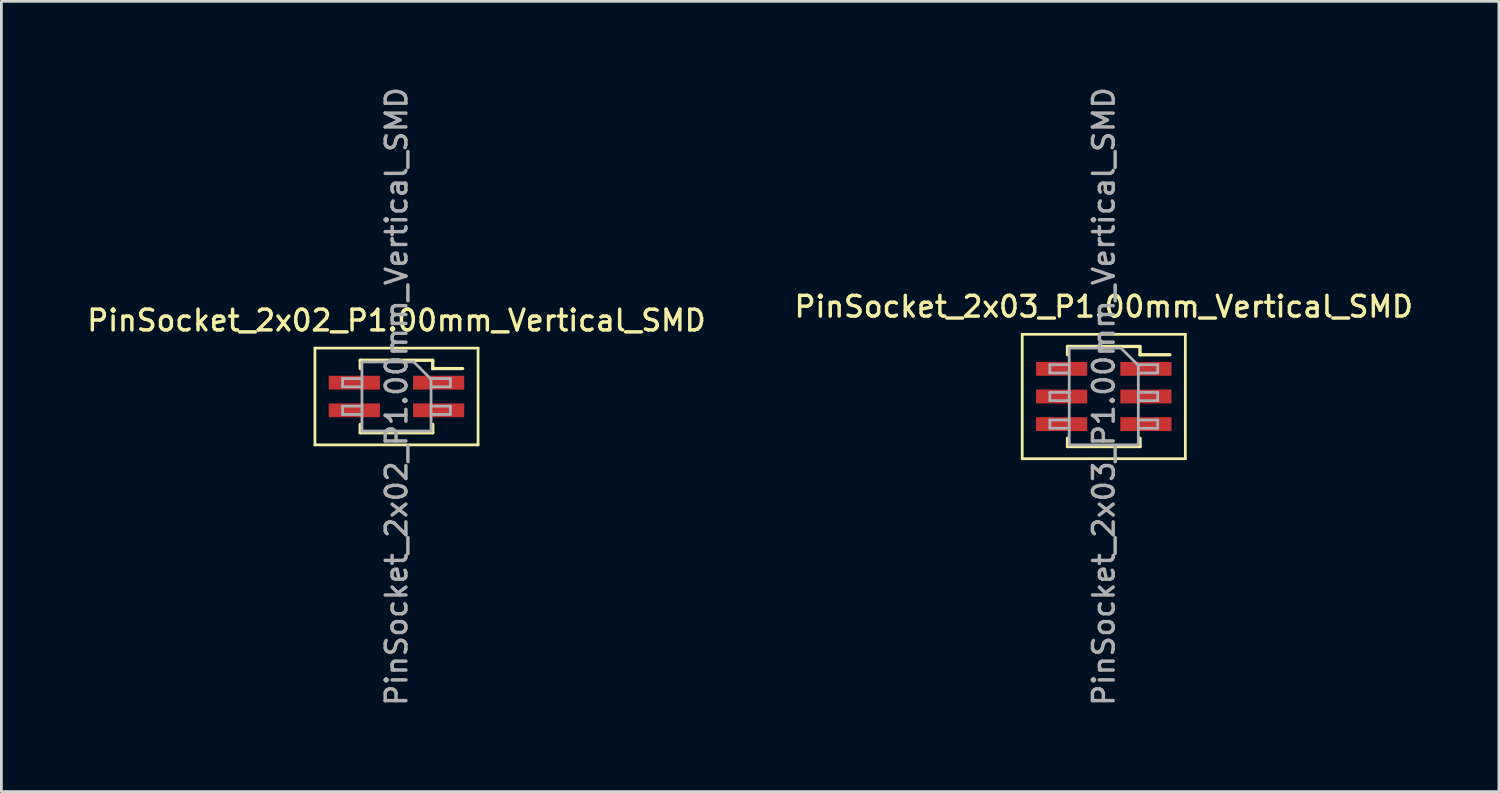
<source format=kicad_pcb>
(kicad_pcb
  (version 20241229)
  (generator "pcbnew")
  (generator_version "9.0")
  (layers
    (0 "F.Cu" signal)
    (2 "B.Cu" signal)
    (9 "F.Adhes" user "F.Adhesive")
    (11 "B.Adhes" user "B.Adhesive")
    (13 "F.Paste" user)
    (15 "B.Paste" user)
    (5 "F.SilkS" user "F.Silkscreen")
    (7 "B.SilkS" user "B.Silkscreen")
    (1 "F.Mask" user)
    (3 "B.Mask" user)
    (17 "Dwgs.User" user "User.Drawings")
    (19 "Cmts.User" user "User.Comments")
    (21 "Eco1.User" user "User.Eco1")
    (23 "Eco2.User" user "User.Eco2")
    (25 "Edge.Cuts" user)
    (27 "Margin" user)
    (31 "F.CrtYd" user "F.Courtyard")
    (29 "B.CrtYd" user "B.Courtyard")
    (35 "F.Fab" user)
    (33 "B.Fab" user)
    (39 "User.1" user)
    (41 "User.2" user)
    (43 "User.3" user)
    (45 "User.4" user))
  (footprint "PinSocket_2x03_P1.00mm_Vertical_SMD"
    (layer "F.Cu")
    (at 36.873 11.291)
    (property "Reference" "PinSocket_2x03_P1.00mm_Vertical_SMD" (at 0 -3.25 0) (layer "F.SilkS") (effects (font (size 0.75 0.75) (thickness 0.125))))
    (attr smd)
    (fp_line (start -2.95 -2.25) (end 2.95 -2.25) (stroke (width 0.1) (type solid)) (layer "F.SilkS"))
    (fp_line (start -2.95 2.25) (end -2.95 -2.25) (stroke (width 0.1) (type solid)) (layer "F.SilkS"))
    (fp_line (start -1.31 -1.81) (end -1.31 -1.51) (stroke (width 0.12) (type solid)) (layer "F.SilkS"))
    (fp_line (start -1.31 -1.81) (end 1.31 -1.81) (stroke (width 0.12) (type solid)) (layer "F.SilkS"))
    (fp_line (start -1.31 1.51) (end -1.31 1.81) (stroke (width 0.12) (type solid)) (layer "F.SilkS"))
    (fp_line (start -1.31 1.81) (end 1.31 1.81) (stroke (width 0.12) (type solid)) (layer "F.SilkS"))
    (fp_line (start 1.31 -1.81) (end 1.31 -1.51) (stroke (width 0.12) (type solid)) (layer "F.SilkS"))
    (fp_line (start 1.31 -1.51) (end 2.39 -1.51) (stroke (width 0.12) (type solid)) (layer "F.SilkS"))
    (fp_line (start 1.31 1.51) (end 1.31 1.81) (stroke (width 0.12) (type solid)) (layer "F.SilkS"))
    (fp_line (start 2.95 -2.25) (end 2.95 2.25) (stroke (width 0.1) (type solid)) (layer "F.SilkS"))
    (fp_line (start 2.95 2.25) (end -2.95 2.25) (stroke (width 0.1) (type solid)) (layer "F.SilkS"))
    (fp_line (start -1.95 -1.15) (end -1.25 -1.15) (stroke (width 0.1) (type solid)) (layer "F.Fab"))
    (fp_line (start -1.95 -0.85) (end -1.95 -1.15) (stroke (width 0.1) (type solid)) (layer "F.Fab"))
    (fp_line (start -1.95 -0.15) (end -1.25 -0.15) (stroke (width 0.1) (type solid)) (layer "F.Fab"))
    (fp_line (start -1.95 0.15) (end -1.95 -0.15) (stroke (width 0.1) (type solid)) (layer "F.Fab"))
    (fp_line (start -1.95 0.85) (end -1.25 0.85) (stroke (width 0.1) (type solid)) (layer "F.Fab"))
    (fp_line (start -1.95 1.15) (end -1.95 0.85) (stroke (width 0.1) (type solid)) (layer "F.Fab"))
    (fp_line (start -1.25 -1.75) (end 0.625 -1.75) (stroke (width 0.1) (type solid)) (layer "F.Fab"))
    (fp_line (start -1.25 -0.85) (end -1.95 -0.85) (stroke (width 0.1) (type solid)) (layer "F.Fab"))
    (fp_line (start -1.25 0.15) (end -1.95 0.15) (stroke (width 0.1) (type solid)) (layer "F.Fab"))
    (fp_line (start -1.25 1.15) (end -1.95 1.15) (stroke (width 0.1) (type solid)) (layer "F.Fab"))
    (fp_line (start -1.25 1.75) (end -1.25 -1.75) (stroke (width 0.1) (type solid)) (layer "F.Fab"))
    (fp_line (start 0.625 -1.75) (end 1.25 -1.125) (stroke (width 0.1) (type solid)) (layer "F.Fab"))
    (fp_line (start 1.25 -1.15) (end 1.95 -1.15) (stroke (width 0.1) (type solid)) (layer "F.Fab"))
    (fp_line (start 1.25 -1.125) (end 1.25 1.75) (stroke (width 0.1) (type solid)) (layer "F.Fab"))
    (fp_line (start 1.25 -0.15) (end 1.95 -0.15) (stroke (width 0.1) (type solid)) (layer "F.Fab"))
    (fp_line (start 1.25 0.85) (end 1.95 0.85) (stroke (width 0.1) (type solid)) (layer "F.Fab"))
    (fp_line (start 1.25 1.75) (end -1.25 1.75) (stroke (width 0.1) (type solid)) (layer "F.Fab"))
    (fp_line (start 1.95 -1.15) (end 1.95 -0.85) (stroke (width 0.1) (type solid)) (layer "F.Fab"))
    (fp_line (start 1.95 -0.85) (end 1.25 -0.85) (stroke (width 0.1) (type solid)) (layer "F.Fab"))
    (fp_line (start 1.95 -0.15) (end 1.95 0.15) (stroke (width 0.1) (type solid)) (layer "F.Fab"))
    (fp_line (start 1.95 0.15) (end 1.25 0.15) (stroke (width 0.1) (type solid)) (layer "F.Fab"))
    (fp_line (start 1.95 0.85) (end 1.95 1.15) (stroke (width 0.1) (type solid)) (layer "F.Fab"))
    (fp_line (start 1.95 1.15) (end 1.25 1.15) (stroke (width 0.1) (type solid)) (layer "F.Fab"))
    (fp_text user "${REFERENCE}" (at 0 0 90) (layer "F.Fab") (effects (font (size 0.75 0.75) (thickness 0.125))))
    (pad "1" smd rect (at 1.525 -1) (size 1.85 0.5) (layers "F.Cu" "F.Mask" "F.Paste"))
    (pad "2" smd rect (at -1.525 -1) (size 1.85 0.5) (layers "F.Cu" "F.Mask" "F.Paste"))
    (pad "3" smd rect (at 1.525 0) (size 1.85 0.5) (layers "F.Cu" "F.Mask" "F.Paste"))
    (pad "4" smd rect (at -1.525 0) (size 1.85 0.5) (layers "F.Cu" "F.Mask" "F.Paste"))
    (pad "5" smd rect (at 1.525 1) (size 1.85 0.5) (layers "F.Cu" "F.Mask" "F.Paste"))
    (pad "6" smd rect (at -1.525 1) (size 1.85 0.5) (layers "F.Cu" "F.Mask" "F.Paste")))
  (footprint "PinSocket_2x02_P1.00mm_Vertical_SMD"
    (layer "F.Cu")
    (at 11.291 11.291)
    (property "Reference" "PinSocket_2x02_P1.00mm_Vertical_SMD" (at 0 -2.75 0) (layer "F.SilkS") (effects (font (size 0.75 0.75) (thickness 0.125))))
    (attr smd)
    (fp_line (start -2.95 -1.75) (end 2.95 -1.75) (stroke (width 0.1) (type solid)) (layer "F.SilkS"))
    (fp_line (start -2.95 1.75) (end -2.95 -1.75) (stroke (width 0.1) (type solid)) (layer "F.SilkS"))
    (fp_line (start -1.31 -1.31) (end -1.31 -1.01) (stroke (width 0.12) (type solid)) (layer "F.SilkS"))
    (fp_line (start -1.31 -1.31) (end 1.31 -1.31) (stroke (width 0.12) (type solid)) (layer "F.SilkS"))
    (fp_line (start -1.31 1.01) (end -1.31 1.31) (stroke (width 0.12) (type solid)) (layer "F.SilkS"))
    (fp_line (start -1.31 1.31) (end 1.31 1.31) (stroke (width 0.12) (type solid)) (layer "F.SilkS"))
    (fp_line (start 1.31 -1.31) (end 1.31 -1.01) (stroke (width 0.12) (type solid)) (layer "F.SilkS"))
    (fp_line (start 1.31 -1.01) (end 2.39 -1.01) (stroke (width 0.12) (type solid)) (layer "F.SilkS"))
    (fp_line (start 1.31 1.01) (end 1.31 1.31) (stroke (width 0.12) (type solid)) (layer "F.SilkS"))
    (fp_line (start 2.95 -1.75) (end 2.95 1.75) (stroke (width 0.1) (type solid)) (layer "F.SilkS"))
    (fp_line (start 2.95 1.75) (end -2.95 1.75) (stroke (width 0.1) (type solid)) (layer "F.SilkS"))
    (fp_line (start -1.95 -0.65) (end -1.25 -0.65) (stroke (width 0.1) (type solid)) (layer "F.Fab"))
    (fp_line (start -1.95 -0.35) (end -1.95 -0.65) (stroke (width 0.1) (type solid)) (layer "F.Fab"))
    (fp_line (start -1.95 0.35) (end -1.25 0.35) (stroke (width 0.1) (type solid)) (layer "F.Fab"))
    (fp_line (start -1.95 0.65) (end -1.95 0.35) (stroke (width 0.1) (type solid)) (layer "F.Fab"))
    (fp_line (start -1.25 -1.25) (end 0.625 -1.25) (stroke (width 0.1) (type solid)) (layer "F.Fab"))
    (fp_line (start -1.25 -0.35) (end -1.95 -0.35) (stroke (width 0.1) (type solid)) (layer "F.Fab"))
    (fp_line (start -1.25 0.65) (end -1.95 0.65) (stroke (width 0.1) (type solid)) (layer "F.Fab"))
    (fp_line (start -1.25 1.25) (end -1.25 -1.25) (stroke (width 0.1) (type solid)) (layer "F.Fab"))
    (fp_line (start 0.625 -1.25) (end 1.25 -0.625) (stroke (width 0.1) (type solid)) (layer "F.Fab"))
    (fp_line (start 1.25 -0.65) (end 1.95 -0.65) (stroke (width 0.1) (type solid)) (layer "F.Fab"))
    (fp_line (start 1.25 -0.625) (end 1.25 1.25) (stroke (width 0.1) (type solid)) (layer "F.Fab"))
    (fp_line (start 1.25 0.35) (end 1.95 0.35) (stroke (width 0.1) (type solid)) (layer "F.Fab"))
    (fp_line (start 1.25 1.25) (end -1.25 1.25) (stroke (width 0.1) (type solid)) (layer "F.Fab"))
    (fp_line (start 1.95 -0.65) (end 1.95 -0.35) (stroke (width 0.1) (type solid)) (layer "F.Fab"))
    (fp_line (start 1.95 -0.35) (end 1.25 -0.35) (stroke (width 0.1) (type solid)) (layer "F.Fab"))
    (fp_line (start 1.95 0.35) (end 1.95 0.65) (stroke (width 0.1) (type solid)) (layer "F.Fab"))
    (fp_line (start 1.95 0.65) (end 1.25 0.65) (stroke (width 0.1) (type solid)) (layer "F.Fab"))
    (fp_text user "${REFERENCE}" (at 0 0 90) (layer "F.Fab") (effects (font (size 0.75 0.75) (thickness 0.125))))
    (pad "1" smd rect (at 1.525 -0.5) (size 1.85 0.5) (layers "F.Cu" "F.Mask" "F.Paste"))
    (pad "2" smd rect (at -1.525 -0.5) (size 1.85 0.5) (layers "F.Cu" "F.Mask" "F.Paste"))
    (pad "3" smd rect (at 1.525 0.5) (size 1.85 0.5) (layers "F.Cu" "F.Mask" "F.Paste"))
    (pad "4" smd rect (at -1.525 0.5) (size 1.85 0.5) (layers "F.Cu" "F.Mask" "F.Paste")))
  (gr_rect
    (start -3 -3)
    (end 51.164 25.582)
    (stroke (width 0.1) (type default))
    (fill no)
    (layer "Edge.Cuts")))
</source>
